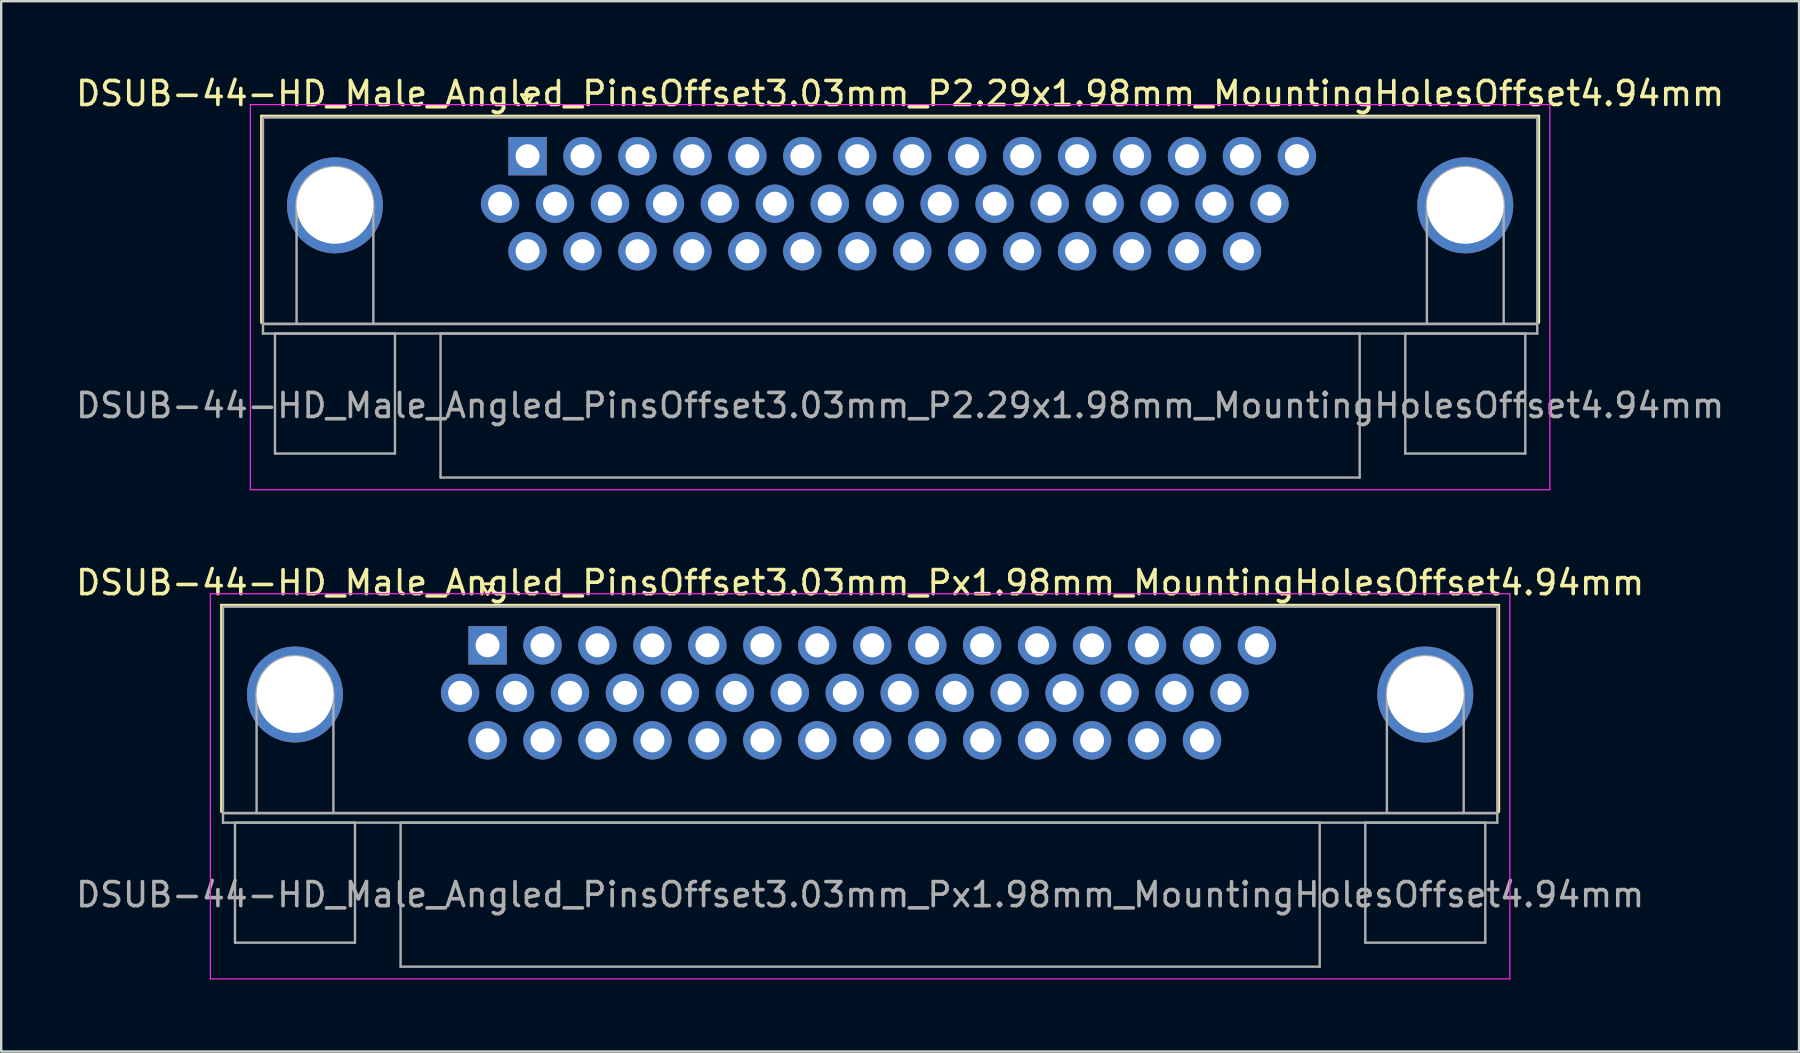
<source format=kicad_pcb>
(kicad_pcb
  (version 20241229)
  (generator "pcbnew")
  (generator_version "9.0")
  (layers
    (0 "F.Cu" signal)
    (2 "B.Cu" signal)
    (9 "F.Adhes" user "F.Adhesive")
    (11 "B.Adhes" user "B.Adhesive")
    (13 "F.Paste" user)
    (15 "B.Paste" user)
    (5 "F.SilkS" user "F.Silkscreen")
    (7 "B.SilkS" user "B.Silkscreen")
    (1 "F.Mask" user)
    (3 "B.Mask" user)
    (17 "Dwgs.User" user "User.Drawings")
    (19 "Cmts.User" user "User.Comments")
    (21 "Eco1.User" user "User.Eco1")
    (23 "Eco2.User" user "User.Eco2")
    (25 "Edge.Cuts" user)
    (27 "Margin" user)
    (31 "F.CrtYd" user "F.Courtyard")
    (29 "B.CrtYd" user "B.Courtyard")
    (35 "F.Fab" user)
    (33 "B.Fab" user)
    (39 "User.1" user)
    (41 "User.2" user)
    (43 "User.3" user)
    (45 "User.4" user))
  (footprint "DSUB-44-HD_Male_Angled_PinsOffset3.03mm_P2.29x1.98mm_MountingHolesOffset4.94mm"
    (layer "F.Cu")
    (at 18.933 3.458)
    (property "Reference" "DSUB-44-HD_Male_Angled_PinsOffset3.03mm_P2.29x1.98mm_MountingHolesOffset4.94mm" (at 15.525 -2.61 0) (layer "F.SilkS") (effects (font (size 1 1) (thickness 0.15))))
    (attr through_hole)
    (fp_line (start -11.085 -1.67) (end 42.135 -1.67) (stroke (width 0.12) (type solid)) (layer "F.SilkS"))
    (fp_line (start -11.085 6.93) (end -11.085 -1.67) (stroke (width 0.12) (type solid)) (layer "F.SilkS"))
    (fp_line (start -0.25 -2.564) (end 0.25 -2.564) (stroke (width 0.12) (type solid)) (layer "F.SilkS"))
    (fp_line (start 0 -2.131) (end -0.25 -2.564) (stroke (width 0.12) (type solid)) (layer "F.SilkS"))
    (fp_line (start 0.25 -2.564) (end 0 -2.131) (stroke (width 0.12) (type solid)) (layer "F.SilkS"))
    (fp_line (start 42.135 -1.67) (end 42.135 6.93) (stroke (width 0.12) (type solid)) (layer "F.SilkS"))
    (fp_line (start -11.55 -2.15) (end -11.55 13.9) (stroke (width 0.05) (type solid)) (layer "F.CrtYd"))
    (fp_line (start -11.55 13.9) (end 42.6 13.9) (stroke (width 0.05) (type solid)) (layer "F.CrtYd"))
    (fp_line (start 42.6 -2.15) (end -11.55 -2.15) (stroke (width 0.05) (type solid)) (layer "F.CrtYd"))
    (fp_line (start 42.6 13.9) (end 42.6 -2.15) (stroke (width 0.05) (type solid)) (layer "F.CrtYd"))
    (fp_line (start -11.025 -1.61) (end -11.025 6.99) (stroke (width 0.1) (type solid)) (layer "F.Fab"))
    (fp_line (start -11.025 6.99) (end -11.025 7.39) (stroke (width 0.1) (type solid)) (layer "F.Fab"))
    (fp_line (start -11.025 6.99) (end 42.075 6.99) (stroke (width 0.1) (type solid)) (layer "F.Fab"))
    (fp_line (start -11.025 7.39) (end 42.075 7.39) (stroke (width 0.1) (type solid)) (layer "F.Fab"))
    (fp_line (start -10.525 7.39) (end -10.525 12.39) (stroke (width 0.1) (type solid)) (layer "F.Fab"))
    (fp_line (start -10.525 12.39) (end -5.525 12.39) (stroke (width 0.1) (type solid)) (layer "F.Fab"))
    (fp_line (start -9.625 6.99) (end -9.625 2.05) (stroke (width 0.1) (type solid)) (layer "F.Fab"))
    (fp_line (start -6.425 6.99) (end -6.425 2.05) (stroke (width 0.1) (type solid)) (layer "F.Fab"))
    (fp_line (start -5.525 7.39) (end -10.525 7.39) (stroke (width 0.1) (type solid)) (layer "F.Fab"))
    (fp_line (start -5.525 12.39) (end -5.525 7.39) (stroke (width 0.1) (type solid)) (layer "F.Fab"))
    (fp_line (start -3.625 7.39) (end -3.625 13.39) (stroke (width 0.1) (type solid)) (layer "F.Fab"))
    (fp_line (start -3.625 13.39) (end 34.675 13.39) (stroke (width 0.1) (type solid)) (layer "F.Fab"))
    (fp_line (start 34.675 7.39) (end -3.625 7.39) (stroke (width 0.1) (type solid)) (layer "F.Fab"))
    (fp_line (start 34.675 13.39) (end 34.675 7.39) (stroke (width 0.1) (type solid)) (layer "F.Fab"))
    (fp_line (start 36.575 7.39) (end 36.575 12.39) (stroke (width 0.1) (type solid)) (layer "F.Fab"))
    (fp_line (start 36.575 12.39) (end 41.575 12.39) (stroke (width 0.1) (type solid)) (layer "F.Fab"))
    (fp_line (start 37.475 6.99) (end 37.475 2.05) (stroke (width 0.1) (type solid)) (layer "F.Fab"))
    (fp_line (start 40.675 6.99) (end 40.675 2.05) (stroke (width 0.1) (type solid)) (layer "F.Fab"))
    (fp_line (start 41.575 7.39) (end 36.575 7.39) (stroke (width 0.1) (type solid)) (layer "F.Fab"))
    (fp_line (start 41.575 12.39) (end 41.575 7.39) (stroke (width 0.1) (type solid)) (layer "F.Fab"))
    (fp_line (start 42.075 -1.61) (end -11.025 -1.61) (stroke (width 0.1) (type solid)) (layer "F.Fab"))
    (fp_line (start 42.075 6.99) (end -11.025 6.99) (stroke (width 0.1) (type solid)) (layer "F.Fab"))
    (fp_line (start 42.075 6.99) (end 42.075 -1.61) (stroke (width 0.1) (type solid)) (layer "F.Fab"))
    (fp_line (start 42.075 7.39) (end 42.075 6.99) (stroke (width 0.1) (type solid)) (layer "F.Fab"))
    (fp_arc (start -9.625 2.05) (mid -8.025 0.45) (end -6.425 2.05) (stroke (width 0.1) (type solid)) (layer "F.Fab"))
    (fp_arc (start 37.475 2.05) (mid 39.075 0.45) (end 40.675 2.05) (stroke (width 0.1) (type solid)) (layer "F.Fab"))
    (fp_text user "${REFERENCE}" (at 15.525 10.39 0) (layer "F.Fab") (effects (font (size 1 1) (thickness 0.15))))
    (pad "0" thru_hole circle (at -8.025 2.05) (size 4 4) (drill 3.2) (layers "*.Cu" "*.Mask"))
    (pad "0" thru_hole circle (at 39.075 2.05) (size 4 4) (drill 3.2) (layers "*.Cu" "*.Mask"))
    (pad "1" thru_hole rect (at 0 0) (size 1.6 1.6) (drill 1) (layers "*.Cu" "*.Mask"))
    (pad "2" thru_hole circle (at 2.29 0) (size 1.6 1.6) (drill 1) (layers "*.Cu" "*.Mask"))
    (pad "3" thru_hole circle (at 4.58 0) (size 1.6 1.6) (drill 1) (layers "*.Cu" "*.Mask"))
    (pad "4" thru_hole circle (at 6.87 0) (size 1.6 1.6) (drill 1) (layers "*.Cu" "*.Mask"))
    (pad "5" thru_hole circle (at 9.16 0) (size 1.6 1.6) (drill 1) (layers "*.Cu" "*.Mask"))
    (pad "6" thru_hole circle (at 11.45 0) (size 1.6 1.6) (drill 1) (layers "*.Cu" "*.Mask"))
    (pad "7" thru_hole circle (at 13.74 0) (size 1.6 1.6) (drill 1) (layers "*.Cu" "*.Mask"))
    (pad "8" thru_hole circle (at 16.03 0) (size 1.6 1.6) (drill 1) (layers "*.Cu" "*.Mask"))
    (pad "9" thru_hole circle (at 18.32 0) (size 1.6 1.6) (drill 1) (layers "*.Cu" "*.Mask"))
    (pad "10" thru_hole circle (at 20.61 0) (size 1.6 1.6) (drill 1) (layers "*.Cu" "*.Mask"))
    (pad "11" thru_hole circle (at 22.9 0) (size 1.6 1.6) (drill 1) (layers "*.Cu" "*.Mask"))
    (pad "12" thru_hole circle (at 25.19 0) (size 1.6 1.6) (drill 1) (layers "*.Cu" "*.Mask"))
    (pad "13" thru_hole circle (at 27.48 0) (size 1.6 1.6) (drill 1) (layers "*.Cu" "*.Mask"))
    (pad "14" thru_hole circle (at 29.77 0) (size 1.6 1.6) (drill 1) (layers "*.Cu" "*.Mask"))
    (pad "15" thru_hole circle (at 32.06 0) (size 1.6 1.6) (drill 1) (layers "*.Cu" "*.Mask"))
    (pad "16" thru_hole circle (at -1.145 1.98) (size 1.6 1.6) (drill 1) (layers "*.Cu" "*.Mask"))
    (pad "17" thru_hole circle (at 1.145 1.98) (size 1.6 1.6) (drill 1) (layers "*.Cu" "*.Mask"))
    (pad "18" thru_hole circle (at 3.435 1.98) (size 1.6 1.6) (drill 1) (layers "*.Cu" "*.Mask"))
    (pad "19" thru_hole circle (at 5.725 1.98) (size 1.6 1.6) (drill 1) (layers "*.Cu" "*.Mask"))
    (pad "20" thru_hole circle (at 8.015 1.98) (size 1.6 1.6) (drill 1) (layers "*.Cu" "*.Mask"))
    (pad "21" thru_hole circle (at 10.305 1.98) (size 1.6 1.6) (drill 1) (layers "*.Cu" "*.Mask"))
    (pad "22" thru_hole circle (at 12.595 1.98) (size 1.6 1.6) (drill 1) (layers "*.Cu" "*.Mask"))
    (pad "23" thru_hole circle (at 14.885 1.98) (size 1.6 1.6) (drill 1) (layers "*.Cu" "*.Mask"))
    (pad "24" thru_hole circle (at 17.175 1.98) (size 1.6 1.6) (drill 1) (layers "*.Cu" "*.Mask"))
    (pad "25" thru_hole circle (at 19.465 1.98) (size 1.6 1.6) (drill 1) (layers "*.Cu" "*.Mask"))
    (pad "26" thru_hole circle (at 21.755 1.98) (size 1.6 1.6) (drill 1) (layers "*.Cu" "*.Mask"))
    (pad "27" thru_hole circle (at 24.045 1.98) (size 1.6 1.6) (drill 1) (layers "*.Cu" "*.Mask"))
    (pad "28" thru_hole circle (at 26.335 1.98) (size 1.6 1.6) (drill 1) (layers "*.Cu" "*.Mask"))
    (pad "29" thru_hole circle (at 28.625 1.98) (size 1.6 1.6) (drill 1) (layers "*.Cu" "*.Mask"))
    (pad "30" thru_hole circle (at 30.915 1.98) (size 1.6 1.6) (drill 1) (layers "*.Cu" "*.Mask"))
    (pad "31" thru_hole circle (at 0 3.96) (size 1.6 1.6) (drill 1) (layers "*.Cu" "*.Mask"))
    (pad "32" thru_hole circle (at 2.29 3.96) (size 1.6 1.6) (drill 1) (layers "*.Cu" "*.Mask"))
    (pad "33" thru_hole circle (at 4.58 3.96) (size 1.6 1.6) (drill 1) (layers "*.Cu" "*.Mask"))
    (pad "34" thru_hole circle (at 6.87 3.96) (size 1.6 1.6) (drill 1) (layers "*.Cu" "*.Mask"))
    (pad "35" thru_hole circle (at 9.16 3.96) (size 1.6 1.6) (drill 1) (layers "*.Cu" "*.Mask"))
    (pad "36" thru_hole circle (at 11.45 3.96) (size 1.6 1.6) (drill 1) (layers "*.Cu" "*.Mask"))
    (pad "37" thru_hole circle (at 13.74 3.96) (size 1.6 1.6) (drill 1) (layers "*.Cu" "*.Mask"))
    (pad "38" thru_hole circle (at 16.03 3.96) (size 1.6 1.6) (drill 1) (layers "*.Cu" "*.Mask"))
    (pad "39" thru_hole circle (at 18.32 3.96) (size 1.6 1.6) (drill 1) (layers "*.Cu" "*.Mask"))
    (pad "40" thru_hole circle (at 20.61 3.96) (size 1.6 1.6) (drill 1) (layers "*.Cu" "*.Mask"))
    (pad "41" thru_hole circle (at 22.9 3.96) (size 1.6 1.6) (drill 1) (layers "*.Cu" "*.Mask"))
    (pad "42" thru_hole circle (at 25.19 3.96) (size 1.6 1.6) (drill 1) (layers "*.Cu" "*.Mask"))
    (pad "43" thru_hole circle (at 27.48 3.96) (size 1.6 1.6) (drill 1) (layers "*.Cu" "*.Mask"))
    (pad "44" thru_hole circle (at 29.77 3.96) (size 1.6 1.6) (drill 1) (layers "*.Cu" "*.Mask")))
  (footprint "DSUB-44-HD_Male_Angled_PinsOffset3.03mm_Px1.98mm_MountingHolesOffset4.94mm"
    (layer "F.Cu")
    (at 17.267 23.841)
    (property "Reference" "DSUB-44-HD_Male_Angled_PinsOffset3.03mm_Px1.98mm_MountingHolesOffset4.94mm" (at 15.525 -2.61 0) (layer "F.SilkS") (effects (font (size 1 1) (thickness 0.15))))
    (attr through_hole)
    (fp_line (start -11.085 -1.67) (end 42.135 -1.67) (stroke (width 0.12) (type solid)) (layer "F.SilkS"))
    (fp_line (start -11.085 6.93) (end -11.085 -1.67) (stroke (width 0.12) (type solid)) (layer "F.SilkS"))
    (fp_line (start -0.25 -2.564) (end 0.25 -2.564) (stroke (width 0.12) (type solid)) (layer "F.SilkS"))
    (fp_line (start 0 -2.131) (end -0.25 -2.564) (stroke (width 0.12) (type solid)) (layer "F.SilkS"))
    (fp_line (start 0.25 -2.564) (end 0 -2.131) (stroke (width 0.12) (type solid)) (layer "F.SilkS"))
    (fp_line (start 42.135 -1.67) (end 42.135 6.93) (stroke (width 0.12) (type solid)) (layer "F.SilkS"))
    (fp_line (start -11.55 -2.15) (end -11.55 13.9) (stroke (width 0.05) (type solid)) (layer "F.CrtYd"))
    (fp_line (start -11.55 13.9) (end 42.6 13.9) (stroke (width 0.05) (type solid)) (layer "F.CrtYd"))
    (fp_line (start 42.6 -2.15) (end -11.55 -2.15) (stroke (width 0.05) (type solid)) (layer "F.CrtYd"))
    (fp_line (start 42.6 13.9) (end 42.6 -2.15) (stroke (width 0.05) (type solid)) (layer "F.CrtYd"))
    (fp_line (start -11.025 -1.61) (end -11.025 6.99) (stroke (width 0.1) (type solid)) (layer "F.Fab"))
    (fp_line (start -11.025 6.99) (end -11.025 7.39) (stroke (width 0.1) (type solid)) (layer "F.Fab"))
    (fp_line (start -11.025 6.99) (end 42.075 6.99) (stroke (width 0.1) (type solid)) (layer "F.Fab"))
    (fp_line (start -11.025 7.39) (end 42.075 7.39) (stroke (width 0.1) (type solid)) (layer "F.Fab"))
    (fp_line (start -10.525 7.39) (end -10.525 12.39) (stroke (width 0.1) (type solid)) (layer "F.Fab"))
    (fp_line (start -10.525 12.39) (end -5.525 12.39) (stroke (width 0.1) (type solid)) (layer "F.Fab"))
    (fp_line (start -9.625 6.99) (end -9.625 2.05) (stroke (width 0.1) (type solid)) (layer "F.Fab"))
    (fp_line (start -6.425 6.99) (end -6.425 2.05) (stroke (width 0.1) (type solid)) (layer "F.Fab"))
    (fp_line (start -5.525 7.39) (end -10.525 7.39) (stroke (width 0.1) (type solid)) (layer "F.Fab"))
    (fp_line (start -5.525 12.39) (end -5.525 7.39) (stroke (width 0.1) (type solid)) (layer "F.Fab"))
    (fp_line (start -3.625 7.39) (end -3.625 13.39) (stroke (width 0.1) (type solid)) (layer "F.Fab"))
    (fp_line (start -3.625 13.39) (end 34.675 13.39) (stroke (width 0.1) (type solid)) (layer "F.Fab"))
    (fp_line (start 34.675 7.39) (end -3.625 7.39) (stroke (width 0.1) (type solid)) (layer "F.Fab"))
    (fp_line (start 34.675 13.39) (end 34.675 7.39) (stroke (width 0.1) (type solid)) (layer "F.Fab"))
    (fp_line (start 36.575 7.39) (end 36.575 12.39) (stroke (width 0.1) (type solid)) (layer "F.Fab"))
    (fp_line (start 36.575 12.39) (end 41.575 12.39) (stroke (width 0.1) (type solid)) (layer "F.Fab"))
    (fp_line (start 37.475 6.99) (end 37.475 2.05) (stroke (width 0.1) (type solid)) (layer "F.Fab"))
    (fp_line (start 40.675 6.99) (end 40.675 2.05) (stroke (width 0.1) (type solid)) (layer "F.Fab"))
    (fp_line (start 41.575 7.39) (end 36.575 7.39) (stroke (width 0.1) (type solid)) (layer "F.Fab"))
    (fp_line (start 41.575 12.39) (end 41.575 7.39) (stroke (width 0.1) (type solid)) (layer "F.Fab"))
    (fp_line (start 42.075 -1.61) (end -11.025 -1.61) (stroke (width 0.1) (type solid)) (layer "F.Fab"))
    (fp_line (start 42.075 6.99) (end -11.025 6.99) (stroke (width 0.1) (type solid)) (layer "F.Fab"))
    (fp_line (start 42.075 6.99) (end 42.075 -1.61) (stroke (width 0.1) (type solid)) (layer "F.Fab"))
    (fp_line (start 42.075 7.39) (end 42.075 6.99) (stroke (width 0.1) (type solid)) (layer "F.Fab"))
    (fp_arc (start -9.625 2.05) (mid -8.025 0.45) (end -6.425 2.05) (stroke (width 0.1) (type solid)) (layer "F.Fab"))
    (fp_arc (start 37.475 2.05) (mid 39.075 0.45) (end 40.675 2.05) (stroke (width 0.1) (type solid)) (layer "F.Fab"))
    (fp_text user "${REFERENCE}" (at 15.525 10.39 0) (layer "F.Fab") (effects (font (size 1 1) (thickness 0.15))))
    (pad "0" thru_hole circle (at -8.025 2.05) (size 4 4) (drill 3.2) (layers "*.Cu" "*.Mask"))
    (pad "0" thru_hole circle (at 39.075 2.05) (size 4 4) (drill 3.2) (layers "*.Cu" "*.Mask"))
    (pad "1" thru_hole rect (at 0 0) (size 1.6 1.6) (drill 1) (layers "*.Cu" "*.Mask"))
    (pad "2" thru_hole circle (at 2.29 0) (size 1.6 1.6) (drill 1) (layers "*.Cu" "*.Mask"))
    (pad "3" thru_hole circle (at 4.58 0) (size 1.6 1.6) (drill 1) (layers "*.Cu" "*.Mask"))
    (pad "4" thru_hole circle (at 6.87 0) (size 1.6 1.6) (drill 1) (layers "*.Cu" "*.Mask"))
    (pad "5" thru_hole circle (at 9.16 0) (size 1.6 1.6) (drill 1) (layers "*.Cu" "*.Mask"))
    (pad "6" thru_hole circle (at 11.45 0) (size 1.6 1.6) (drill 1) (layers "*.Cu" "*.Mask"))
    (pad "7" thru_hole circle (at 13.74 0) (size 1.6 1.6) (drill 1) (layers "*.Cu" "*.Mask"))
    (pad "8" thru_hole circle (at 16.03 0) (size 1.6 1.6) (drill 1) (layers "*.Cu" "*.Mask"))
    (pad "9" thru_hole circle (at 18.32 0) (size 1.6 1.6) (drill 1) (layers "*.Cu" "*.Mask"))
    (pad "10" thru_hole circle (at 20.61 0) (size 1.6 1.6) (drill 1) (layers "*.Cu" "*.Mask"))
    (pad "11" thru_hole circle (at 22.9 0) (size 1.6 1.6) (drill 1) (layers "*.Cu" "*.Mask"))
    (pad "12" thru_hole circle (at 25.19 0) (size 1.6 1.6) (drill 1) (layers "*.Cu" "*.Mask"))
    (pad "13" thru_hole circle (at 27.48 0) (size 1.6 1.6) (drill 1) (layers "*.Cu" "*.Mask"))
    (pad "14" thru_hole circle (at 29.77 0) (size 1.6 1.6) (drill 1) (layers "*.Cu" "*.Mask"))
    (pad "15" thru_hole circle (at 32.06 0) (size 1.6 1.6) (drill 1) (layers "*.Cu" "*.Mask"))
    (pad "16" thru_hole circle (at -1.145 1.98) (size 1.6 1.6) (drill 1) (layers "*.Cu" "*.Mask"))
    (pad "17" thru_hole circle (at 1.145 1.98) (size 1.6 1.6) (drill 1) (layers "*.Cu" "*.Mask"))
    (pad "18" thru_hole circle (at 3.435 1.98) (size 1.6 1.6) (drill 1) (layers "*.Cu" "*.Mask"))
    (pad "19" thru_hole circle (at 5.725 1.98) (size 1.6 1.6) (drill 1) (layers "*.Cu" "*.Mask"))
    (pad "20" thru_hole circle (at 8.015 1.98) (size 1.6 1.6) (drill 1) (layers "*.Cu" "*.Mask"))
    (pad "21" thru_hole circle (at 10.305 1.98) (size 1.6 1.6) (drill 1) (layers "*.Cu" "*.Mask"))
    (pad "22" thru_hole circle (at 12.595 1.98) (size 1.6 1.6) (drill 1) (layers "*.Cu" "*.Mask"))
    (pad "23" thru_hole circle (at 14.885 1.98) (size 1.6 1.6) (drill 1) (layers "*.Cu" "*.Mask"))
    (pad "24" thru_hole circle (at 17.175 1.98) (size 1.6 1.6) (drill 1) (layers "*.Cu" "*.Mask"))
    (pad "25" thru_hole circle (at 19.465 1.98) (size 1.6 1.6) (drill 1) (layers "*.Cu" "*.Mask"))
    (pad "26" thru_hole circle (at 21.755 1.98) (size 1.6 1.6) (drill 1) (layers "*.Cu" "*.Mask"))
    (pad "27" thru_hole circle (at 24.045 1.98) (size 1.6 1.6) (drill 1) (layers "*.Cu" "*.Mask"))
    (pad "28" thru_hole circle (at 26.335 1.98) (size 1.6 1.6) (drill 1) (layers "*.Cu" "*.Mask"))
    (pad "29" thru_hole circle (at 28.625 1.98) (size 1.6 1.6) (drill 1) (layers "*.Cu" "*.Mask"))
    (pad "30" thru_hole circle (at 30.915 1.98) (size 1.6 1.6) (drill 1) (layers "*.Cu" "*.Mask"))
    (pad "31" thru_hole circle (at 0 3.96) (size 1.6 1.6) (drill 1) (layers "*.Cu" "*.Mask"))
    (pad "32" thru_hole circle (at 2.29 3.96) (size 1.6 1.6) (drill 1) (layers "*.Cu" "*.Mask"))
    (pad "33" thru_hole circle (at 4.58 3.96) (size 1.6 1.6) (drill 1) (layers "*.Cu" "*.Mask"))
    (pad "34" thru_hole circle (at 6.87 3.96) (size 1.6 1.6) (drill 1) (layers "*.Cu" "*.Mask"))
    (pad "35" thru_hole circle (at 9.16 3.96) (size 1.6 1.6) (drill 1) (layers "*.Cu" "*.Mask"))
    (pad "36" thru_hole circle (at 11.45 3.96) (size 1.6 1.6) (drill 1) (layers "*.Cu" "*.Mask"))
    (pad "37" thru_hole circle (at 13.74 3.96) (size 1.6 1.6) (drill 1) (layers "*.Cu" "*.Mask"))
    (pad "38" thru_hole circle (at 16.03 3.96) (size 1.6 1.6) (drill 1) (layers "*.Cu" "*.Mask"))
    (pad "39" thru_hole circle (at 18.32 3.96) (size 1.6 1.6) (drill 1) (layers "*.Cu" "*.Mask"))
    (pad "40" thru_hole circle (at 20.61 3.96) (size 1.6 1.6) (drill 1) (layers "*.Cu" "*.Mask"))
    (pad "41" thru_hole circle (at 22.9 3.96) (size 1.6 1.6) (drill 1) (layers "*.Cu" "*.Mask"))
    (pad "42" thru_hole circle (at 25.19 3.96) (size 1.6 1.6) (drill 1) (layers "*.Cu" "*.Mask"))
    (pad "43" thru_hole circle (at 27.48 3.96) (size 1.6 1.6) (drill 1) (layers "*.Cu" "*.Mask"))
    (pad "44" thru_hole circle (at 29.77 3.96) (size 1.6 1.6) (drill 1) (layers "*.Cu" "*.Mask")))
  (gr_rect
    (start -3 -3)
    (end 71.917 40.767)
    (stroke (width 0.1) (type default))
    (fill no)
    (layer "Edge.Cuts")))
</source>
